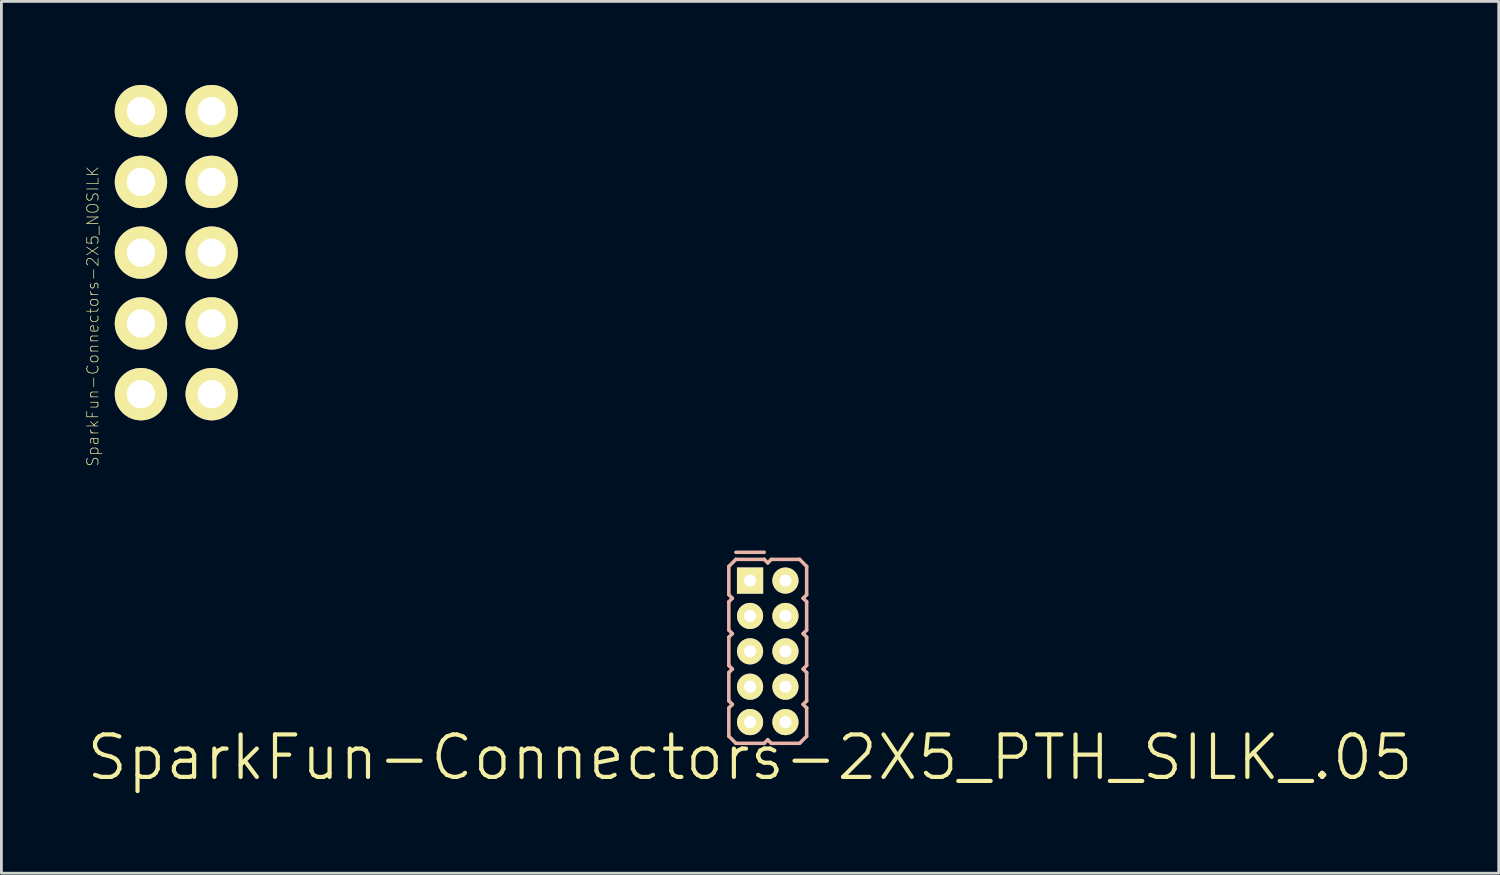
<source format=kicad_pcb>
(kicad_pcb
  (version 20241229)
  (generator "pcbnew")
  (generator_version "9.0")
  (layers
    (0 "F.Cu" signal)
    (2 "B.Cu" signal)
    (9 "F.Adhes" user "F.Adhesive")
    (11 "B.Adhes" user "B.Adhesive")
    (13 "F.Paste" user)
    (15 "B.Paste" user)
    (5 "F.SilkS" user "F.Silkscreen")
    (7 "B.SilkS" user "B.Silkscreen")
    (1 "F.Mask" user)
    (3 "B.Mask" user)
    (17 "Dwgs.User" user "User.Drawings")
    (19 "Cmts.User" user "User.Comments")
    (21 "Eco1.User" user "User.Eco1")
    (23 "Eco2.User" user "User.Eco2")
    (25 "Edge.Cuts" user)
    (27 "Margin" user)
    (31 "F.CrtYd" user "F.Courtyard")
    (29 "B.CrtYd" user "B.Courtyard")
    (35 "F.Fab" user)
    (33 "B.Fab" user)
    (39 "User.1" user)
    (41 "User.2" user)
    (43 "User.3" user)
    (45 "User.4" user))
  (footprint "SparkFun-Connectors-2X5_NOSILK"
    (layer "F.Cu")
    (at 3.28 6.02)
    (property "Reference" "SparkFun-Connectors-2X5_NOSILK" (at -2.997 2.286 90) (layer "F.SilkS") (effects (font (size 0.406 0.406) (thickness 0.025))))
    (attr exclude_from_pos_files exclude_from_bom)
    (fp_line (start -1.524 -5.334) (end -1.016 -5.334) (stroke (width 0.066) (type solid)) (layer "F.SilkS"))
    (fp_line (start -1.524 -4.826) (end -1.524 -5.334) (stroke (width 0.066) (type solid)) (layer "F.SilkS"))
    (fp_line (start -1.524 -4.826) (end -1.016 -4.826) (stroke (width 0.066) (type solid)) (layer "F.SilkS"))
    (fp_line (start -1.524 -2.794) (end -1.016 -2.794) (stroke (width 0.066) (type solid)) (layer "F.SilkS"))
    (fp_line (start -1.524 -2.286) (end -1.524 -2.794) (stroke (width 0.066) (type solid)) (layer "F.SilkS"))
    (fp_line (start -1.524 -2.286) (end -1.016 -2.286) (stroke (width 0.066) (type solid)) (layer "F.SilkS"))
    (fp_line (start -1.524 -0.254) (end -1.016 -0.254) (stroke (width 0.066) (type solid)) (layer "F.SilkS"))
    (fp_line (start -1.524 0.254) (end -1.524 -0.254) (stroke (width 0.066) (type solid)) (layer "F.SilkS"))
    (fp_line (start -1.524 0.254) (end -1.016 0.254) (stroke (width 0.066) (type solid)) (layer "F.SilkS"))
    (fp_line (start -1.524 2.286) (end -1.016 2.286) (stroke (width 0.066) (type solid)) (layer "F.SilkS"))
    (fp_line (start -1.524 2.794) (end -1.524 2.286) (stroke (width 0.066) (type solid)) (layer "F.SilkS"))
    (fp_line (start -1.524 2.794) (end -1.016 2.794) (stroke (width 0.066) (type solid)) (layer "F.SilkS"))
    (fp_line (start -1.524 4.826) (end -1.016 4.826) (stroke (width 0.066) (type solid)) (layer "F.SilkS"))
    (fp_line (start -1.524 5.334) (end -1.524 4.826) (stroke (width 0.066) (type solid)) (layer "F.SilkS"))
    (fp_line (start -1.524 5.334) (end -1.016 5.334) (stroke (width 0.066) (type solid)) (layer "F.SilkS"))
    (fp_line (start -1.016 -4.826) (end -1.016 -5.334) (stroke (width 0.066) (type solid)) (layer "F.SilkS"))
    (fp_line (start -1.016 -2.286) (end -1.016 -2.794) (stroke (width 0.066) (type solid)) (layer "F.SilkS"))
    (fp_line (start -1.016 0.254) (end -1.016 -0.254) (stroke (width 0.066) (type solid)) (layer "F.SilkS"))
    (fp_line (start -1.016 2.794) (end -1.016 2.286) (stroke (width 0.066) (type solid)) (layer "F.SilkS"))
    (fp_line (start -1.016 5.334) (end -1.016 4.826) (stroke (width 0.066) (type solid)) (layer "F.SilkS"))
    (fp_line (start 1.016 -5.334) (end 1.524 -5.334) (stroke (width 0.066) (type solid)) (layer "F.SilkS"))
    (fp_line (start 1.016 -4.826) (end 1.016 -5.334) (stroke (width 0.066) (type solid)) (layer "F.SilkS"))
    (fp_line (start 1.016 -4.826) (end 1.524 -4.826) (stroke (width 0.066) (type solid)) (layer "F.SilkS"))
    (fp_line (start 1.016 -2.794) (end 1.524 -2.794) (stroke (width 0.066) (type solid)) (layer "F.SilkS"))
    (fp_line (start 1.016 -2.286) (end 1.016 -2.794) (stroke (width 0.066) (type solid)) (layer "F.SilkS"))
    (fp_line (start 1.016 -2.286) (end 1.524 -2.286) (stroke (width 0.066) (type solid)) (layer "F.SilkS"))
    (fp_line (start 1.016 -0.254) (end 1.524 -0.254) (stroke (width 0.066) (type solid)) (layer "F.SilkS"))
    (fp_line (start 1.016 0.254) (end 1.016 -0.254) (stroke (width 0.066) (type solid)) (layer "F.SilkS"))
    (fp_line (start 1.016 0.254) (end 1.524 0.254) (stroke (width 0.066) (type solid)) (layer "F.SilkS"))
    (fp_line (start 1.016 2.286) (end 1.524 2.286) (stroke (width 0.066) (type solid)) (layer "F.SilkS"))
    (fp_line (start 1.016 2.794) (end 1.016 2.286) (stroke (width 0.066) (type solid)) (layer "F.SilkS"))
    (fp_line (start 1.016 2.794) (end 1.524 2.794) (stroke (width 0.066) (type solid)) (layer "F.SilkS"))
    (fp_line (start 1.016 4.826) (end 1.524 4.826) (stroke (width 0.066) (type solid)) (layer "F.SilkS"))
    (fp_line (start 1.016 5.334) (end 1.016 4.826) (stroke (width 0.066) (type solid)) (layer "F.SilkS"))
    (fp_line (start 1.016 5.334) (end 1.524 5.334) (stroke (width 0.066) (type solid)) (layer "F.SilkS"))
    (fp_line (start 1.524 -4.826) (end 1.524 -5.334) (stroke (width 0.066) (type solid)) (layer "F.SilkS"))
    (fp_line (start 1.524 -2.286) (end 1.524 -2.794) (stroke (width 0.066) (type solid)) (layer "F.SilkS"))
    (fp_line (start 1.524 0.254) (end 1.524 -0.254) (stroke (width 0.066) (type solid)) (layer "F.SilkS"))
    (fp_line (start 1.524 2.794) (end 1.524 2.286) (stroke (width 0.066) (type solid)) (layer "F.SilkS"))
    (fp_line (start 1.524 5.334) (end 1.524 4.826) (stroke (width 0.066) (type solid)) (layer "F.SilkS"))
    (pad "1" thru_hole circle (at -1.27 -5.08) (size 1.88 1.88) (drill 1.016) (layers "*.Cu" "F.Mask" "F.SilkS" "F.Paste"))
    (pad "2" thru_hole circle (at 1.27 -5.08) (size 1.88 1.88) (drill 1.016) (layers "*.Cu" "F.Mask" "F.SilkS" "F.Paste"))
    (pad "3" thru_hole circle (at -1.27 -2.54) (size 1.88 1.88) (drill 1.016) (layers "*.Cu" "F.Mask" "F.SilkS" "F.Paste"))
    (pad "4" thru_hole circle (at 1.27 -2.54) (size 1.88 1.88) (drill 1.016) (layers "*.Cu" "F.Mask" "F.SilkS" "F.Paste"))
    (pad "5" thru_hole circle (at -1.27 0) (size 1.88 1.88) (drill 1.016) (layers "*.Cu" "F.Mask" "F.SilkS" "F.Paste"))
    (pad "6" thru_hole circle (at 1.27 0) (size 1.88 1.88) (drill 1.016) (layers "*.Cu" "F.Mask" "F.SilkS" "F.Paste"))
    (pad "7" thru_hole circle (at -1.27 2.54) (size 1.88 1.88) (drill 1.016) (layers "*.Cu" "F.Mask" "F.SilkS" "F.Paste"))
    (pad "8" thru_hole circle (at 1.27 2.54) (size 1.88 1.88) (drill 1.016) (layers "*.Cu" "F.Mask" "F.SilkS" "F.Paste"))
    (pad "9" thru_hole circle (at -1.27 5.08) (size 1.88 1.88) (drill 1.016) (layers "*.Cu" "F.Mask" "F.SilkS" "F.Paste"))
    (pad "10" thru_hole circle (at 1.27 5.08) (size 1.88 1.88) (drill 1.016) (layers "*.Cu" "F.Mask" "F.SilkS" "F.Paste")))
  (footprint "SparkFun-Connectors-2X5_PTH_SILK_.05"
    (layer "F.Cu")
    (at 23.876 24.142)
    (property "Reference" "SparkFun-Connectors-2X5_PTH_SILK_.05" (at 0 0 0) (layer "F.SilkS") (effects (font (size 1.524 1.524) (thickness 0.15))))
    (attr exclude_from_pos_files exclude_from_bom)
    (fp_line (start -0.762 -6.858) (end -0.508 -7.112) (stroke (width 0.127) (type solid)) (layer "B.SilkS"))
    (fp_line (start -0.762 -5.842) (end -0.762 -6.858) (stroke (width 0.127) (type solid)) (layer "B.SilkS"))
    (fp_line (start -0.762 -5.588) (end -0.635 -5.715) (stroke (width 0.127) (type solid)) (layer "B.SilkS"))
    (fp_line (start -0.762 -4.572) (end -0.762 -5.588) (stroke (width 0.127) (type solid)) (layer "B.SilkS"))
    (fp_line (start -0.762 -4.318) (end -0.635 -4.445) (stroke (width 0.127) (type solid)) (layer "B.SilkS"))
    (fp_line (start -0.762 -3.302) (end -0.762 -4.318) (stroke (width 0.127) (type solid)) (layer "B.SilkS"))
    (fp_line (start -0.762 -3.048) (end -0.635 -3.175) (stroke (width 0.127) (type solid)) (layer "B.SilkS"))
    (fp_line (start -0.762 -2.032) (end -0.762 -3.048) (stroke (width 0.127) (type solid)) (layer "B.SilkS"))
    (fp_line (start -0.762 -1.778) (end -0.635 -1.905) (stroke (width 0.127) (type solid)) (layer "B.SilkS"))
    (fp_line (start -0.762 -0.762) (end -0.762 -1.778) (stroke (width 0.127) (type solid)) (layer "B.SilkS"))
    (fp_line (start -0.635 -5.715) (end -0.762 -5.842) (stroke (width 0.127) (type solid)) (layer "B.SilkS"))
    (fp_line (start -0.635 -4.445) (end -0.762 -4.572) (stroke (width 0.127) (type solid)) (layer "B.SilkS"))
    (fp_line (start -0.635 -3.175) (end -0.762 -3.302) (stroke (width 0.127) (type solid)) (layer "B.SilkS"))
    (fp_line (start -0.635 -1.905) (end -0.762 -2.032) (stroke (width 0.127) (type solid)) (layer "B.SilkS"))
    (fp_line (start -0.508 -7.366) (end 0.508 -7.366) (stroke (width 0.127) (type solid)) (layer "B.SilkS"))
    (fp_line (start -0.508 -7.112) (end 0.508 -7.112) (stroke (width 0.127) (type solid)) (layer "B.SilkS"))
    (fp_line (start -0.508 -0.508) (end -0.762 -0.762) (stroke (width 0.127) (type solid)) (layer "B.SilkS"))
    (fp_line (start 0.508 -7.112) (end 0.635 -6.985) (stroke (width 0.127) (type solid)) (layer "B.SilkS"))
    (fp_line (start 0.508 -0.508) (end -0.508 -0.508) (stroke (width 0.127) (type solid)) (layer "B.SilkS"))
    (fp_line (start 0.635 -6.985) (end 0.762 -7.112) (stroke (width 0.127) (type solid)) (layer "B.SilkS"))
    (fp_line (start 0.635 -0.635) (end 0.508 -0.508) (stroke (width 0.127) (type solid)) (layer "B.SilkS"))
    (fp_line (start 0.762 -7.112) (end 1.778 -7.112) (stroke (width 0.127) (type solid)) (layer "B.SilkS"))
    (fp_line (start 0.762 -0.508) (end 0.635 -0.635) (stroke (width 0.127) (type solid)) (layer "B.SilkS"))
    (fp_line (start 1.778 -7.112) (end 2.032 -6.858) (stroke (width 0.127) (type solid)) (layer "B.SilkS"))
    (fp_line (start 1.778 -0.508) (end 0.762 -0.508) (stroke (width 0.127) (type solid)) (layer "B.SilkS"))
    (fp_line (start 1.905 -5.715) (end 2.032 -5.588) (stroke (width 0.127) (type solid)) (layer "B.SilkS"))
    (fp_line (start 1.905 -4.445) (end 2.032 -4.318) (stroke (width 0.127) (type solid)) (layer "B.SilkS"))
    (fp_line (start 1.905 -3.175) (end 2.032 -3.048) (stroke (width 0.127) (type solid)) (layer "B.SilkS"))
    (fp_line (start 1.905 -1.905) (end 2.032 -1.778) (stroke (width 0.127) (type solid)) (layer "B.SilkS"))
    (fp_line (start 2.032 -6.858) (end 2.032 -5.842) (stroke (width 0.127) (type solid)) (layer "B.SilkS"))
    (fp_line (start 2.032 -5.842) (end 1.905 -5.715) (stroke (width 0.127) (type solid)) (layer "B.SilkS"))
    (fp_line (start 2.032 -5.588) (end 2.032 -4.572) (stroke (width 0.127) (type solid)) (layer "B.SilkS"))
    (fp_line (start 2.032 -4.572) (end 1.905 -4.445) (stroke (width 0.127) (type solid)) (layer "B.SilkS"))
    (fp_line (start 2.032 -4.318) (end 2.032 -3.302) (stroke (width 0.127) (type solid)) (layer "B.SilkS"))
    (fp_line (start 2.032 -3.302) (end 1.905 -3.175) (stroke (width 0.127) (type solid)) (layer "B.SilkS"))
    (fp_line (start 2.032 -3.048) (end 2.032 -2.032) (stroke (width 0.127) (type solid)) (layer "B.SilkS"))
    (fp_line (start 2.032 -2.032) (end 1.905 -1.905) (stroke (width 0.127) (type solid)) (layer "B.SilkS"))
    (fp_line (start 2.032 -1.778) (end 2.032 -0.762) (stroke (width 0.127) (type solid)) (layer "B.SilkS"))
    (fp_line (start 2.032 -0.762) (end 1.778 -0.508) (stroke (width 0.127) (type solid)) (layer "B.SilkS"))
    (pad "1" thru_hole rect (at 0 -6.35) (size 0.94 0.94) (drill 0.432) (layers "*.Cu" "F.Mask" "F.SilkS" "F.Paste"))
    (pad "2" thru_hole circle (at 1.27 -6.35) (size 0.94 0.94) (drill 0.432) (layers "*.Cu" "F.Mask" "F.SilkS" "F.Paste"))
    (pad "3" thru_hole circle (at 0 -5.08) (size 0.94 0.94) (drill 0.432) (layers "*.Cu" "F.Mask" "F.SilkS" "F.Paste"))
    (pad "4" thru_hole circle (at 1.27 -5.08) (size 0.94 0.94) (drill 0.432) (layers "*.Cu" "F.Mask" "F.SilkS" "F.Paste"))
    (pad "5" thru_hole circle (at 0 -3.81) (size 0.94 0.94) (drill 0.432) (layers "*.Cu" "F.Mask" "F.SilkS" "F.Paste"))
    (pad "6" thru_hole circle (at 1.27 -3.81) (size 0.94 0.94) (drill 0.432) (layers "*.Cu" "F.Mask" "F.SilkS" "F.Paste"))
    (pad "7" thru_hole circle (at 0 -2.54) (size 0.94 0.94) (drill 0.432) (layers "*.Cu" "F.Mask" "F.SilkS" "F.Paste"))
    (pad "8" thru_hole circle (at 1.27 -2.54) (size 0.94 0.94) (drill 0.432) (layers "*.Cu" "F.Mask" "F.SilkS" "F.Paste"))
    (pad "9" thru_hole circle (at 0 -1.27) (size 0.94 0.94) (drill 0.432) (layers "*.Cu" "F.Mask" "F.SilkS" "F.Paste"))
    (pad "10" thru_hole circle (at 1.27 -1.27) (size 0.94 0.94) (drill 0.432) (layers "*.Cu" "F.Mask" "F.SilkS" "F.Paste")))
  (gr_rect
    (start -3 -3)
    (end 50.752 28.297)
    (stroke (width 0.1) (type default))
    (fill no)
    (layer "Edge.Cuts")))
</source>
